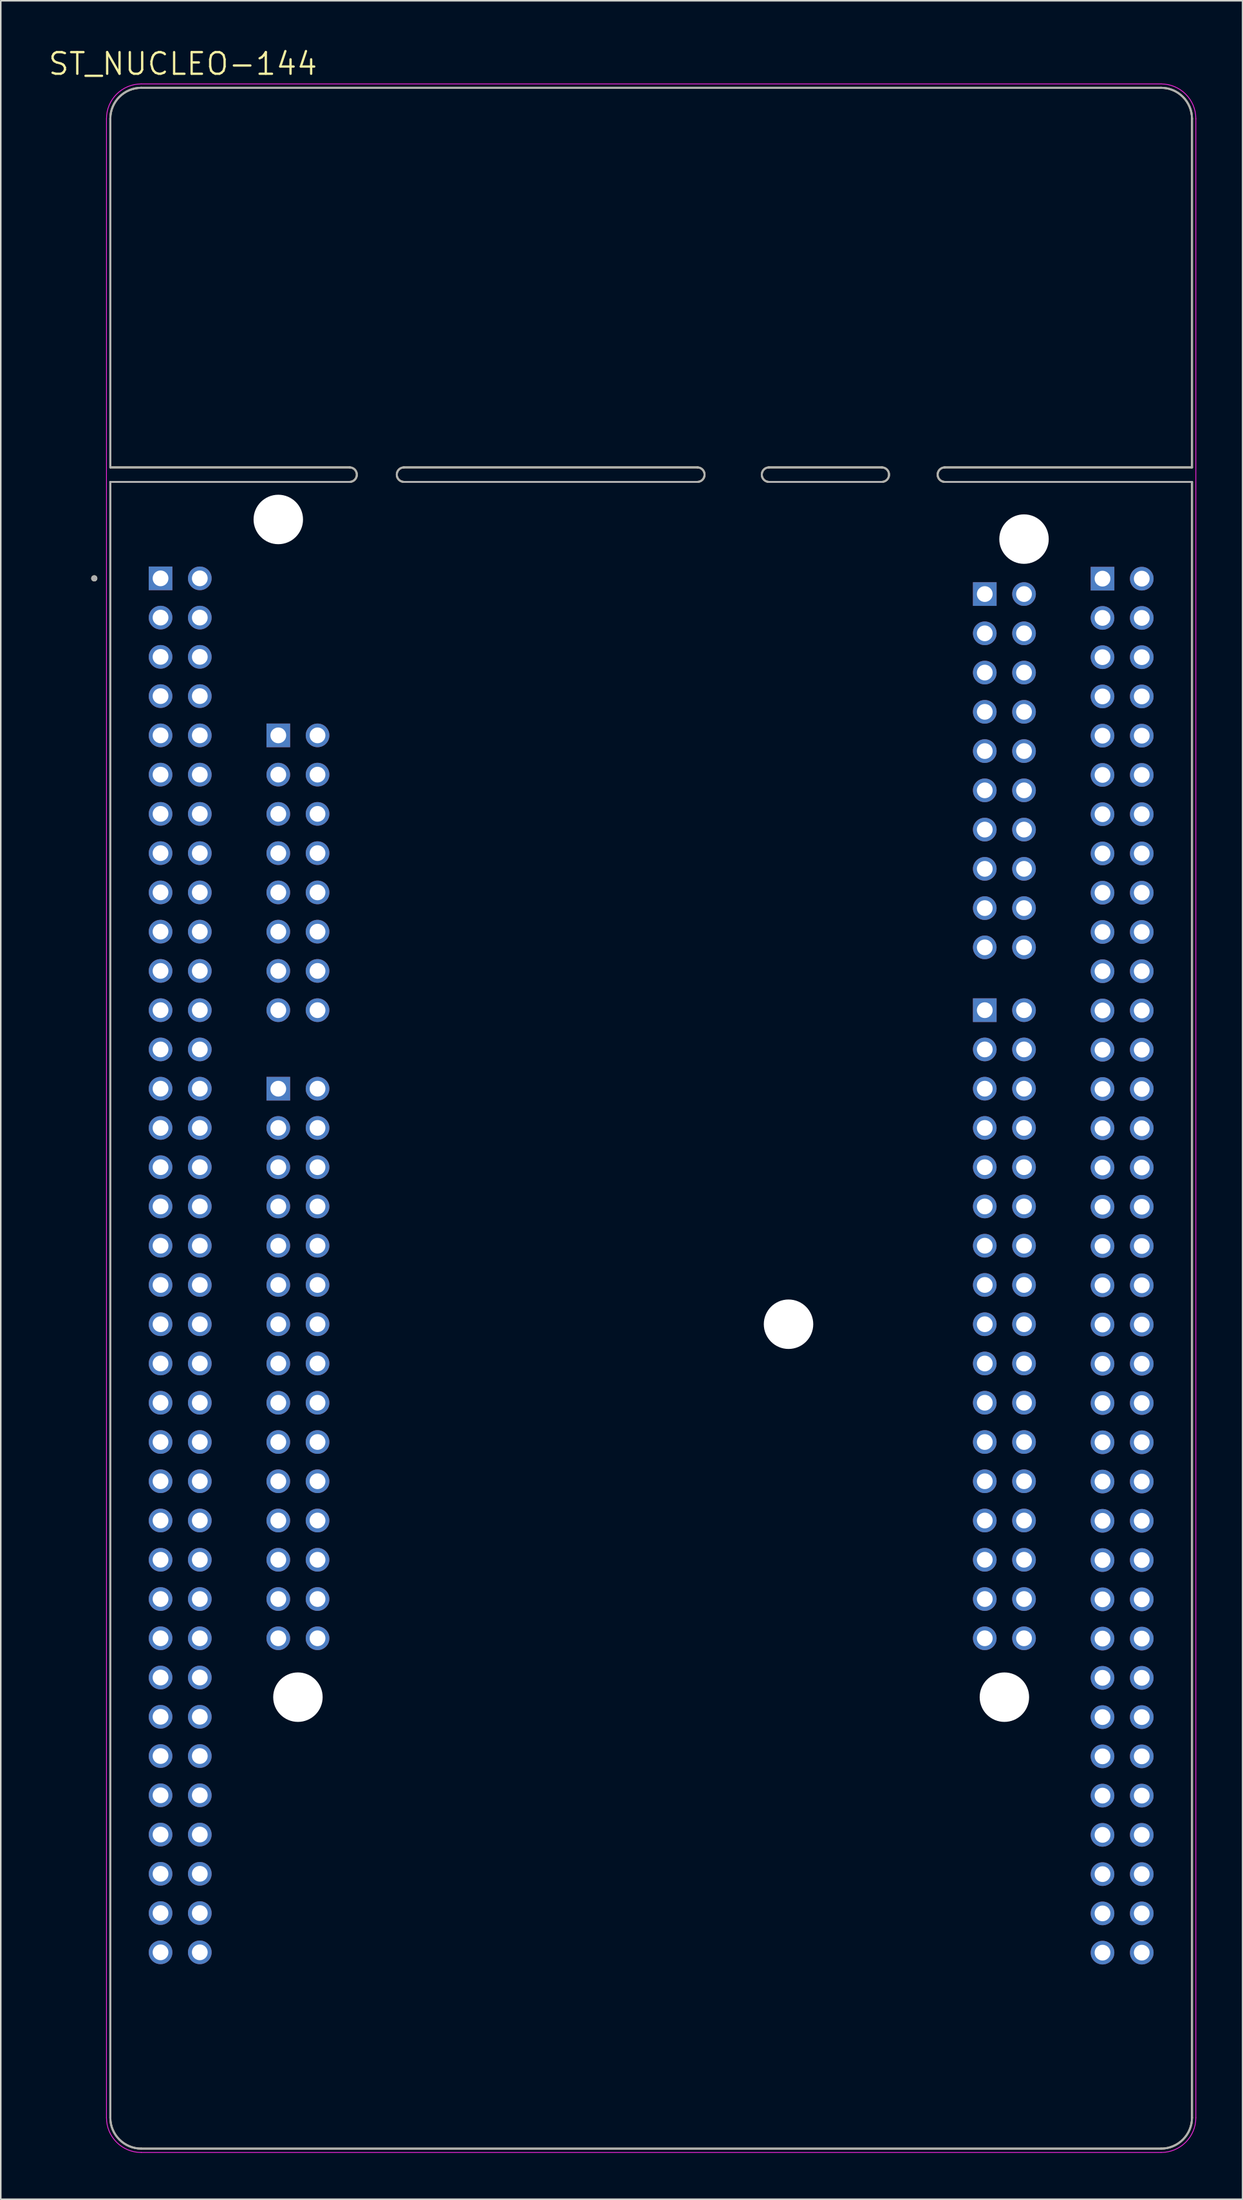
<source format=kicad_pcb>
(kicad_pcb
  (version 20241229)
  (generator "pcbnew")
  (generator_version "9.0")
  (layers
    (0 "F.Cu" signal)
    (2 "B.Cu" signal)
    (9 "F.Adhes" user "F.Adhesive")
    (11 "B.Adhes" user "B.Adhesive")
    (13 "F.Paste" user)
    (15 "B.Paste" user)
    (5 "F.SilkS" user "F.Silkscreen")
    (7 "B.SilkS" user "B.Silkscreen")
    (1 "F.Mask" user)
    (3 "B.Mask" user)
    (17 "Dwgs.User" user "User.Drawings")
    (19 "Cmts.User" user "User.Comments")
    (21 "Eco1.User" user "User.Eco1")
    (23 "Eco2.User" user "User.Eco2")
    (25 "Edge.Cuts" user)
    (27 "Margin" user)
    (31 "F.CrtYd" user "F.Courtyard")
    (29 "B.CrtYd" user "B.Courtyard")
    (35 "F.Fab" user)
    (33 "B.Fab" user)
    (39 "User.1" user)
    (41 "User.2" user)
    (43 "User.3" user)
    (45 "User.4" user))
  (footprint "ST_NUCLEO-144"
    (layer "F.Cu")
    (at 39.09 69.301)
    (property "Reference" "ST_NUCLEO-144" (at -30.305 -68.219 0) (layer "F.SilkS") (effects (font (size 1.4 1.4) (thickness 0.15))))
    (attr through_hole)
    (fp_line (start -35 -64.67) (end -35 -42.11) (stroke (width 0.127) (type solid)) (layer "F.SilkS"))
    (fp_line (start -35 -42.11) (end -19.507 -42.11) (stroke (width 0.127) (type solid)) (layer "F.SilkS"))
    (fp_line (start -35 -41.17) (end -35 64.67) (stroke (width 0.127) (type solid)) (layer "F.SilkS"))
    (fp_line (start -35 -41.17) (end -19.507 -41.17) (stroke (width 0.127) (type solid)) (layer "F.SilkS"))
    (fp_line (start -33 66.67) (end 33 66.67) (stroke (width 0.127) (type solid)) (layer "F.SilkS"))
    (fp_line (start -16.002 -42.11) (end 2.997 -42.11) (stroke (width 0.127) (type solid)) (layer "F.SilkS"))
    (fp_line (start -16.002 -41.17) (end 2.997 -41.17) (stroke (width 0.127) (type solid)) (layer "F.SilkS"))
    (fp_line (start 7.62 -42.11) (end 14.935 -42.11) (stroke (width 0.127) (type solid)) (layer "F.SilkS"))
    (fp_line (start 7.62 -41.17) (end 14.935 -41.17) (stroke (width 0.127) (type solid)) (layer "F.SilkS"))
    (fp_line (start 18.999 -42.11) (end 35 -42.11) (stroke (width 0.127) (type solid)) (layer "F.SilkS"))
    (fp_line (start 18.999 -41.17) (end 35 -41.17) (stroke (width 0.127) (type solid)) (layer "F.SilkS"))
    (fp_line (start 33 -66.67) (end -33 -66.67) (stroke (width 0.127) (type solid)) (layer "F.SilkS"))
    (fp_line (start 35 -42.11) (end 35 -64.67) (stroke (width 0.127) (type solid)) (layer "F.SilkS"))
    (fp_line (start 35 64.67) (end 35 -41.17) (stroke (width 0.127) (type solid)) (layer "F.SilkS"))
    (fp_arc (start -35 -64.67) (mid -34.414214 -66.084214) (end -33 -66.67) (stroke (width 0.127) (type solid)) (layer "F.SilkS"))
    (fp_arc (start -33 66.67) (mid -34.414214 66.084214) (end -35 64.67) (stroke (width 0.127) (type solid)) (layer "F.SilkS"))
    (fp_arc (start -19.507199 -42.11) (mid -19.044602 -41.64) (end -19.5072 -41.17) (stroke (width 0.127) (type solid)) (layer "F.SilkS"))
    (fp_arc (start -16.002001 -41.17) (mid -16.464598 -41.64) (end -16.002 -42.11) (stroke (width 0.127) (type solid)) (layer "F.SilkS"))
    (fp_arc (start 2.997201 -42.11) (mid 3.459798 -41.64) (end 2.9972 -41.17) (stroke (width 0.127) (type solid)) (layer "F.SilkS"))
    (fp_arc (start 7.619999 -41.17) (mid 7.157402 -41.64) (end 7.62 -42.11) (stroke (width 0.127) (type solid)) (layer "F.SilkS"))
    (fp_arc (start 14.935201 -42.11) (mid 15.397798 -41.64) (end 14.9352 -41.17) (stroke (width 0.127) (type solid)) (layer "F.SilkS"))
    (fp_arc (start 18.999199 -41.17) (mid 18.536602 -41.64) (end 18.9992 -42.11) (stroke (width 0.127) (type solid)) (layer "F.SilkS"))
    (fp_arc (start 33 -66.67) (mid 34.414214 -66.084214) (end 35 -64.67) (stroke (width 0.127) (type solid)) (layer "F.SilkS"))
    (fp_arc (start 35 64.67) (mid 34.414214 66.084214) (end 33 66.67) (stroke (width 0.127) (type solid)) (layer "F.SilkS"))
    (fp_circle (center -36.04 -34.93) (end -35.94 -34.93) (stroke (width 0.2) (type solid)) (fill no) (layer "F.SilkS"))
    (fp_line (start -35.25 -64.67) (end -35.25 64.67) (stroke (width 0.05) (type solid)) (layer "F.CrtYd"))
    (fp_line (start -33 66.92) (end 33 66.92) (stroke (width 0.05) (type solid)) (layer "F.CrtYd"))
    (fp_line (start 33 -66.92) (end -33 -66.92) (stroke (width 0.05) (type solid)) (layer "F.CrtYd"))
    (fp_line (start 35.25 64.67) (end 35.25 -64.67) (stroke (width 0.05) (type solid)) (layer "F.CrtYd"))
    (fp_arc (start -35.25 -64.67) (mid -34.59099 -66.26099) (end -33 -66.92) (stroke (width 0.05) (type solid)) (layer "F.CrtYd"))
    (fp_arc (start -33 66.92) (mid -34.59099 66.26099) (end -35.25 64.67) (stroke (width 0.05) (type solid)) (layer "F.CrtYd"))
    (fp_arc (start 33 -66.92) (mid 34.59099 -66.26099) (end 35.25 -64.67) (stroke (width 0.05) (type solid)) (layer "F.CrtYd"))
    (fp_arc (start 35.25 64.67) (mid 34.59099 66.26099) (end 33 66.92) (stroke (width 0.05) (type solid)) (layer "F.CrtYd"))
    (fp_line (start -35 -64.67) (end -35 -42.11) (stroke (width 0.127) (type solid)) (layer "F.Fab"))
    (fp_line (start -35 -42.11) (end -19.507 -42.11) (stroke (width 0.127) (type solid)) (layer "F.Fab"))
    (fp_line (start -35 -41.17) (end -35 64.67) (stroke (width 0.127) (type solid)) (layer "F.Fab"))
    (fp_line (start -35 -41.17) (end -19.507 -41.17) (stroke (width 0.127) (type solid)) (layer "F.Fab"))
    (fp_line (start -33 66.67) (end 33 66.67) (stroke (width 0.127) (type solid)) (layer "F.Fab"))
    (fp_line (start -16.002 -42.11) (end 2.997 -42.11) (stroke (width 0.127) (type solid)) (layer "F.Fab"))
    (fp_line (start -16.002 -41.17) (end 2.997 -41.17) (stroke (width 0.127) (type solid)) (layer "F.Fab"))
    (fp_line (start 7.62 -42.11) (end 14.935 -42.11) (stroke (width 0.127) (type solid)) (layer "F.Fab"))
    (fp_line (start 7.62 -41.17) (end 14.935 -41.17) (stroke (width 0.127) (type solid)) (layer "F.Fab"))
    (fp_line (start 18.999 -42.11) (end 35 -42.11) (stroke (width 0.127) (type solid)) (layer "F.Fab"))
    (fp_line (start 18.999 -41.17) (end 35 -41.17) (stroke (width 0.127) (type solid)) (layer "F.Fab"))
    (fp_line (start 33 -66.67) (end -33 -66.67) (stroke (width 0.127) (type solid)) (layer "F.Fab"))
    (fp_line (start 35 -42.11) (end 35 -64.67) (stroke (width 0.127) (type solid)) (layer "F.Fab"))
    (fp_line (start 35 64.67) (end 35 -41.17) (stroke (width 0.127) (type solid)) (layer "F.Fab"))
    (fp_arc (start -35 -64.67) (mid -34.414214 -66.084214) (end -33 -66.67) (stroke (width 0.127) (type solid)) (layer "F.Fab"))
    (fp_arc (start -33 66.67) (mid -34.414214 66.084214) (end -35 64.67) (stroke (width 0.127) (type solid)) (layer "F.Fab"))
    (fp_arc (start -19.507199 -42.11) (mid -19.044602 -41.64) (end -19.5072 -41.17) (stroke (width 0.127) (type solid)) (layer "F.Fab"))
    (fp_arc (start -16.002001 -41.17) (mid -16.464598 -41.64) (end -16.002 -42.11) (stroke (width 0.127) (type solid)) (layer "F.Fab"))
    (fp_arc (start 2.997201 -42.11) (mid 3.459798 -41.64) (end 2.9972 -41.17) (stroke (width 0.127) (type solid)) (layer "F.Fab"))
    (fp_arc (start 7.619999 -41.17) (mid 7.157402 -41.64) (end 7.62 -42.11) (stroke (width 0.127) (type solid)) (layer "F.Fab"))
    (fp_arc (start 14.935201 -42.11) (mid 15.397798 -41.64) (end 14.9352 -41.17) (stroke (width 0.127) (type solid)) (layer "F.Fab"))
    (fp_arc (start 18.999199 -41.17) (mid 18.536602 -41.64) (end 18.9992 -42.11) (stroke (width 0.127) (type solid)) (layer "F.Fab"))
    (fp_arc (start 33 -66.67) (mid 34.414214 -66.084214) (end 35 -64.67) (stroke (width 0.127) (type solid)) (layer "F.Fab"))
    (fp_arc (start 35 64.67) (mid 34.414214 66.084214) (end 33 66.67) (stroke (width 0.127) (type solid)) (layer "F.Fab"))
    (fp_circle (center -36.04 -34.93) (end -35.94 -34.93) (stroke (width 0.2) (type solid)) (fill no) (layer "F.Fab"))
    (pad "" np_thru_hole circle (at -24.13 -38.74) (size 3.2 3.2) (drill 3.2) (layers "*.Cu" "*.Mask"))
    (pad "" np_thru_hole circle (at -22.86 37.46) (size 3.2 3.2) (drill 3.2) (layers "*.Cu" "*.Mask"))
    (pad "" np_thru_hole circle (at 8.89 13.33) (size 3.2 3.2) (drill 3.2) (layers "*.Cu" "*.Mask"))
    (pad "" np_thru_hole circle (at 22.86 37.46) (size 3.2 3.2) (drill 3.2) (layers "*.Cu" "*.Mask"))
    (pad "" np_thru_hole circle (at 24.13 -37.47) (size 3.2 3.2) (drill 3.2) (layers "*.Cu" "*.Mask"))
    (pad "CN7_1" thru_hole rect (at 21.59 -33.914) (size 1.53 1.53) (drill 1.02) (layers "*.Cu" "*.Mask"))
    (pad "CN7_2" thru_hole circle (at 24.13 -33.914) (size 1.53 1.53) (drill 1.02) (layers "*.Cu" "*.Mask"))
    (pad "CN7_3" thru_hole circle (at 21.59 -31.374) (size 1.53 1.53) (drill 1.02) (layers "*.Cu" "*.Mask"))
    (pad "CN7_4" thru_hole circle (at 24.13 -31.374) (size 1.53 1.53) (drill 1.02) (layers "*.Cu" "*.Mask"))
    (pad "CN7_5" thru_hole circle (at 21.59 -28.834) (size 1.53 1.53) (drill 1.02) (layers "*.Cu" "*.Mask"))
    (pad "CN7_6" thru_hole circle (at 24.13 -28.834) (size 1.53 1.53) (drill 1.02) (layers "*.Cu" "*.Mask"))
    (pad "CN7_7" thru_hole circle (at 21.59 -26.294) (size 1.53 1.53) (drill 1.02) (layers "*.Cu" "*.Mask"))
    (pad "CN7_8" thru_hole circle (at 24.13 -26.294) (size 1.53 1.53) (drill 1.02) (layers "*.Cu" "*.Mask"))
    (pad "CN7_9" thru_hole circle (at 21.59 -23.754) (size 1.53 1.53) (drill 1.02) (layers "*.Cu" "*.Mask"))
    (pad "CN7_10" thru_hole circle (at 24.13 -23.754) (size 1.53 1.53) (drill 1.02) (layers "*.Cu" "*.Mask"))
    (pad "CN7_11" thru_hole circle (at 21.59 -21.214) (size 1.53 1.53) (drill 1.02) (layers "*.Cu" "*.Mask"))
    (pad "CN7_12" thru_hole circle (at 24.13 -21.214) (size 1.53 1.53) (drill 1.02) (layers "*.Cu" "*.Mask"))
    (pad "CN7_13" thru_hole circle (at 21.59 -18.674) (size 1.53 1.53) (drill 1.02) (layers "*.Cu" "*.Mask"))
    (pad "CN7_14" thru_hole circle (at 24.13 -18.674) (size 1.53 1.53) (drill 1.02) (layers "*.Cu" "*.Mask"))
    (pad "CN7_15" thru_hole circle (at 21.59 -16.134) (size 1.53 1.53) (drill 1.02) (layers "*.Cu" "*.Mask"))
    (pad "CN7_16" thru_hole circle (at 24.13 -16.134) (size 1.53 1.53) (drill 1.02) (layers "*.Cu" "*.Mask"))
    (pad "CN7_17" thru_hole circle (at 21.59 -13.594) (size 1.53 1.53) (drill 1.02) (layers "*.Cu" "*.Mask"))
    (pad "CN7_18" thru_hole circle (at 24.13 -13.594) (size 1.53 1.53) (drill 1.02) (layers "*.Cu" "*.Mask"))
    (pad "CN7_19" thru_hole circle (at 21.59 -11.054) (size 1.53 1.53) (drill 1.02) (layers "*.Cu" "*.Mask"))
    (pad "CN7_20" thru_hole circle (at 24.13 -11.054) (size 1.53 1.53) (drill 1.02) (layers "*.Cu" "*.Mask"))
    (pad "CN8_1" thru_hole rect (at -24.13 -24.77) (size 1.53 1.53) (drill 1.02) (layers "*.Cu" "*.Mask"))
    (pad "CN8_2" thru_hole circle (at -21.59 -24.77) (size 1.53 1.53) (drill 1.02) (layers "*.Cu" "*.Mask"))
    (pad "CN8_3" thru_hole circle (at -24.13 -22.23) (size 1.53 1.53) (drill 1.02) (layers "*.Cu" "*.Mask"))
    (pad "CN8_4" thru_hole circle (at -21.59 -22.23) (size 1.53 1.53) (drill 1.02) (layers "*.Cu" "*.Mask"))
    (pad "CN8_5" thru_hole circle (at -24.13 -19.69) (size 1.53 1.53) (drill 1.02) (layers "*.Cu" "*.Mask"))
    (pad "CN8_6" thru_hole circle (at -21.59 -19.69) (size 1.53 1.53) (drill 1.02) (layers "*.Cu" "*.Mask"))
    (pad "CN8_7" thru_hole circle (at -24.13 -17.15) (size 1.53 1.53) (drill 1.02) (layers "*.Cu" "*.Mask"))
    (pad "CN8_8" thru_hole circle (at -21.59 -17.15) (size 1.53 1.53) (drill 1.02) (layers "*.Cu" "*.Mask"))
    (pad "CN8_9" thru_hole circle (at -24.13 -14.61) (size 1.53 1.53) (drill 1.02) (layers "*.Cu" "*.Mask"))
    (pad "CN8_10" thru_hole circle (at -21.59 -14.61) (size 1.53 1.53) (drill 1.02) (layers "*.Cu" "*.Mask"))
    (pad "CN8_11" thru_hole circle (at -24.13 -12.07) (size 1.53 1.53) (drill 1.02) (layers "*.Cu" "*.Mask"))
    (pad "CN8_12" thru_hole circle (at -21.59 -12.07) (size 1.53 1.53) (drill 1.02) (layers "*.Cu" "*.Mask"))
    (pad "CN8_13" thru_hole circle (at -24.13 -9.53) (size 1.53 1.53) (drill 1.02) (layers "*.Cu" "*.Mask"))
    (pad "CN8_14" thru_hole circle (at -21.59 -9.53) (size 1.53 1.53) (drill 1.02) (layers "*.Cu" "*.Mask"))
    (pad "CN8_15" thru_hole circle (at -24.13 -6.99) (size 1.53 1.53) (drill 1.02) (layers "*.Cu" "*.Mask"))
    (pad "CN8_16" thru_hole circle (at -21.59 -6.99) (size 1.53 1.53) (drill 1.02) (layers "*.Cu" "*.Mask"))
    (pad "CN9_1" thru_hole rect (at -24.13 -1.91) (size 1.53 1.53) (drill 1.02) (layers "*.Cu" "*.Mask"))
    (pad "CN9_2" thru_hole circle (at -21.59 -1.91) (size 1.53 1.53) (drill 1.02) (layers "*.Cu" "*.Mask"))
    (pad "CN9_3" thru_hole circle (at -24.13 0.63) (size 1.53 1.53) (drill 1.02) (layers "*.Cu" "*.Mask"))
    (pad "CN9_4" thru_hole circle (at -21.59 0.63) (size 1.53 1.53) (drill 1.02) (layers "*.Cu" "*.Mask"))
    (pad "CN9_5" thru_hole circle (at -24.13 3.17) (size 1.53 1.53) (drill 1.02) (layers "*.Cu" "*.Mask"))
    (pad "CN9_6" thru_hole circle (at -21.59 3.17) (size 1.53 1.53) (drill 1.02) (layers "*.Cu" "*.Mask"))
    (pad "CN9_7" thru_hole circle (at -24.13 5.71) (size 1.53 1.53) (drill 1.02) (layers "*.Cu" "*.Mask"))
    (pad "CN9_8" thru_hole circle (at -21.59 5.71) (size 1.53 1.53) (drill 1.02) (layers "*.Cu" "*.Mask"))
    (pad "CN9_9" thru_hole circle (at -24.13 8.25) (size 1.53 1.53) (drill 1.02) (layers "*.Cu" "*.Mask"))
    (pad "CN9_10" thru_hole circle (at -21.59 8.25) (size 1.53 1.53) (drill 1.02) (layers "*.Cu" "*.Mask"))
    (pad "CN9_11" thru_hole circle (at -24.13 10.79) (size 1.53 1.53) (drill 1.02) (layers "*.Cu" "*.Mask"))
    (pad "CN9_12" thru_hole circle (at -21.59 10.79) (size 1.53 1.53) (drill 1.02) (layers "*.Cu" "*.Mask"))
    (pad "CN9_13" thru_hole circle (at -24.13 13.33) (size 1.53 1.53) (drill 1.02) (layers "*.Cu" "*.Mask"))
    (pad "CN9_14" thru_hole circle (at -21.59 13.33) (size 1.53 1.53) (drill 1.02) (layers "*.Cu" "*.Mask"))
    (pad "CN9_15" thru_hole circle (at -24.13 15.87) (size 1.53 1.53) (drill 1.02) (layers "*.Cu" "*.Mask"))
    (pad "CN9_16" thru_hole circle (at -21.59 15.87) (size 1.53 1.53) (drill 1.02) (layers "*.Cu" "*.Mask"))
    (pad "CN9_17" thru_hole circle (at -24.13 18.41) (size 1.53 1.53) (drill 1.02) (layers "*.Cu" "*.Mask"))
    (pad "CN9_18" thru_hole circle (at -21.59 18.41) (size 1.53 1.53) (drill 1.02) (layers "*.Cu" "*.Mask"))
    (pad "CN9_19" thru_hole circle (at -24.13 20.95) (size 1.53 1.53) (drill 1.02) (layers "*.Cu" "*.Mask"))
    (pad "CN9_20" thru_hole circle (at -21.59 20.95) (size 1.53 1.53) (drill 1.02) (layers "*.Cu" "*.Mask"))
    (pad "CN9_21" thru_hole circle (at -24.13 23.49) (size 1.53 1.53) (drill 1.02) (layers "*.Cu" "*.Mask"))
    (pad "CN9_22" thru_hole circle (at -21.59 23.49) (size 1.53 1.53) (drill 1.02) (layers "*.Cu" "*.Mask"))
    (pad "CN9_23" thru_hole circle (at -24.13 26.03) (size 1.53 1.53) (drill 1.02) (layers "*.Cu" "*.Mask"))
    (pad "CN9_24" thru_hole circle (at -21.59 26.03) (size 1.53 1.53) (drill 1.02) (layers "*.Cu" "*.Mask"))
    (pad "CN9_25" thru_hole circle (at -24.13 28.57) (size 1.53 1.53) (drill 1.02) (layers "*.Cu" "*.Mask"))
    (pad "CN9_26" thru_hole circle (at -21.59 28.57) (size 1.53 1.53) (drill 1.02) (layers "*.Cu" "*.Mask"))
    (pad "CN9_27" thru_hole circle (at -24.13 31.11) (size 1.53 1.53) (drill 1.02) (layers "*.Cu" "*.Mask"))
    (pad "CN9_28" thru_hole circle (at -21.59 31.11) (size 1.53 1.53) (drill 1.02) (layers "*.Cu" "*.Mask"))
    (pad "CN9_29" thru_hole circle (at -24.13 33.65) (size 1.53 1.53) (drill 1.02) (layers "*.Cu" "*.Mask"))
    (pad "CN9_30" thru_hole circle (at -21.59 33.65) (size 1.53 1.53) (drill 1.02) (layers "*.Cu" "*.Mask"))
    (pad "CN10_1" thru_hole rect (at 21.59 -6.99) (size 1.53 1.53) (drill 1.02) (layers "*.Cu" "*.Mask"))
    (pad "CN10_2" thru_hole circle (at 24.13 -6.99) (size 1.53 1.53) (drill 1.02) (layers "*.Cu" "*.Mask"))
    (pad "CN10_3" thru_hole circle (at 21.59 -4.45) (size 1.53 1.53) (drill 1.02) (layers "*.Cu" "*.Mask"))
    (pad "CN10_4" thru_hole circle (at 24.13 -4.45) (size 1.53 1.53) (drill 1.02) (layers "*.Cu" "*.Mask"))
    (pad "CN10_5" thru_hole circle (at 21.59 -1.91) (size 1.53 1.53) (drill 1.02) (layers "*.Cu" "*.Mask"))
    (pad "CN10_6" thru_hole circle (at 24.13 -1.91) (size 1.53 1.53) (drill 1.02) (layers "*.Cu" "*.Mask"))
    (pad "CN10_7" thru_hole circle (at 21.59 0.63) (size 1.53 1.53) (drill 1.02) (layers "*.Cu" "*.Mask"))
    (pad "CN10_8" thru_hole circle (at 24.13 0.63) (size 1.53 1.53) (drill 1.02) (layers "*.Cu" "*.Mask"))
    (pad "CN10_9" thru_hole circle (at 21.59 3.17) (size 1.53 1.53) (drill 1.02) (layers "*.Cu" "*.Mask"))
    (pad "CN10_10" thru_hole circle (at 24.13 3.17) (size 1.53 1.53) (drill 1.02) (layers "*.Cu" "*.Mask"))
    (pad "CN10_11" thru_hole circle (at 21.59 5.71) (size 1.53 1.53) (drill 1.02) (layers "*.Cu" "*.Mask"))
    (pad "CN10_12" thru_hole circle (at 24.13 5.71) (size 1.53 1.53) (drill 1.02) (layers "*.Cu" "*.Mask"))
    (pad "CN10_13" thru_hole circle (at 21.59 8.25) (size 1.53 1.53) (drill 1.02) (layers "*.Cu" "*.Mask"))
    (pad "CN10_14" thru_hole circle (at 24.13 8.25) (size 1.53 1.53) (drill 1.02) (layers "*.Cu" "*.Mask"))
    (pad "CN10_15" thru_hole circle (at 21.59 10.79) (size 1.53 1.53) (drill 1.02) (layers "*.Cu" "*.Mask"))
    (pad "CN10_16" thru_hole circle (at 24.13 10.79) (size 1.53 1.53) (drill 1.02) (layers "*.Cu" "*.Mask"))
    (pad "CN10_17" thru_hole circle (at 21.59 13.33) (size 1.53 1.53) (drill 1.02) (layers "*.Cu" "*.Mask"))
    (pad "CN10_18" thru_hole circle (at 24.13 13.33) (size 1.53 1.53) (drill 1.02) (layers "*.Cu" "*.Mask"))
    (pad "CN10_19" thru_hole circle (at 21.59 15.87) (size 1.53 1.53) (drill 1.02) (layers "*.Cu" "*.Mask"))
    (pad "CN10_20" thru_hole circle (at 24.13 15.87) (size 1.53 1.53) (drill 1.02) (layers "*.Cu" "*.Mask"))
    (pad "CN10_21" thru_hole circle (at 21.59 18.41) (size 1.53 1.53) (drill 1.02) (layers "*.Cu" "*.Mask"))
    (pad "CN10_22" thru_hole circle (at 24.13 18.41) (size 1.53 1.53) (drill 1.02) (layers "*.Cu" "*.Mask"))
    (pad "CN10_23" thru_hole circle (at 21.59 20.95) (size 1.53 1.53) (drill 1.02) (layers "*.Cu" "*.Mask"))
    (pad "CN10_24" thru_hole circle (at 24.13 20.95) (size 1.53 1.53) (drill 1.02) (layers "*.Cu" "*.Mask"))
    (pad "CN10_25" thru_hole circle (at 21.59 23.49) (size 1.53 1.53) (drill 1.02) (layers "*.Cu" "*.Mask"))
    (pad "CN10_26" thru_hole circle (at 24.13 23.49) (size 1.53 1.53) (drill 1.02) (layers "*.Cu" "*.Mask"))
    (pad "CN10_27" thru_hole circle (at 21.59 26.03) (size 1.53 1.53) (drill 1.02) (layers "*.Cu" "*.Mask"))
    (pad "CN10_28" thru_hole circle (at 24.13 26.03) (size 1.53 1.53) (drill 1.02) (layers "*.Cu" "*.Mask"))
    (pad "CN10_29" thru_hole circle (at 21.59 28.57) (size 1.53 1.53) (drill 1.02) (layers "*.Cu" "*.Mask"))
    (pad "CN10_30" thru_hole circle (at 24.13 28.57) (size 1.53 1.53) (drill 1.02) (layers "*.Cu" "*.Mask"))
    (pad "CN10_31" thru_hole circle (at 21.59 31.11) (size 1.53 1.53) (drill 1.02) (layers "*.Cu" "*.Mask"))
    (pad "CN10_32" thru_hole circle (at 24.13 31.11) (size 1.53 1.53) (drill 1.02) (layers "*.Cu" "*.Mask"))
    (pad "CN10_33" thru_hole circle (at 21.59 33.65) (size 1.53 1.53) (drill 1.02) (layers "*.Cu" "*.Mask"))
    (pad "CN10_34" thru_hole circle (at 24.13 33.65) (size 1.53 1.53) (drill 1.02) (layers "*.Cu" "*.Mask"))
    (pad "CN11_1" thru_hole rect (at -31.75 -34.93) (size 1.53 1.53) (drill 1.02) (layers "*.Cu" "*.Mask"))
    (pad "CN11_2" thru_hole circle (at -29.21 -34.93) (size 1.53 1.53) (drill 1.02) (layers "*.Cu" "*.Mask"))
    (pad "CN11_3" thru_hole circle (at -31.75 -32.39) (size 1.53 1.53) (drill 1.02) (layers "*.Cu" "*.Mask"))
    (pad "CN11_4" thru_hole circle (at -29.21 -32.39) (size 1.53 1.53) (drill 1.02) (layers "*.Cu" "*.Mask"))
    (pad "CN11_5" thru_hole circle (at -31.75 -29.85) (size 1.53 1.53) (drill 1.02) (layers "*.Cu" "*.Mask"))
    (pad "CN11_6" thru_hole circle (at -29.21 -29.85) (size 1.53 1.53) (drill 1.02) (layers "*.Cu" "*.Mask"))
    (pad "CN11_7" thru_hole circle (at -31.75 -27.31) (size 1.53 1.53) (drill 1.02) (layers "*.Cu" "*.Mask"))
    (pad "CN11_8" thru_hole circle (at -29.21 -27.31) (size 1.53 1.53) (drill 1.02) (layers "*.Cu" "*.Mask"))
    (pad "CN11_9" thru_hole circle (at -31.75 -24.77) (size 1.53 1.53) (drill 1.02) (layers "*.Cu" "*.Mask"))
    (pad "CN11_10" thru_hole circle (at -29.21 -24.77) (size 1.53 1.53) (drill 1.02) (layers "*.Cu" "*.Mask"))
    (pad "CN11_11" thru_hole circle (at -31.75 -22.23) (size 1.53 1.53) (drill 1.02) (layers "*.Cu" "*.Mask"))
    (pad "CN11_12" thru_hole circle (at -29.21 -22.23) (size 1.53 1.53) (drill 1.02) (layers "*.Cu" "*.Mask"))
    (pad "CN11_13" thru_hole circle (at -31.75 -19.69) (size 1.53 1.53) (drill 1.02) (layers "*.Cu" "*.Mask"))
    (pad "CN11_14" thru_hole circle (at -29.21 -19.69) (size 1.53 1.53) (drill 1.02) (layers "*.Cu" "*.Mask"))
    (pad "CN11_15" thru_hole circle (at -31.75 -17.15) (size 1.53 1.53) (drill 1.02) (layers "*.Cu" "*.Mask"))
    (pad "CN11_16" thru_hole circle (at -29.21 -17.15) (size 1.53 1.53) (drill 1.02) (layers "*.Cu" "*.Mask"))
    (pad "CN11_17" thru_hole circle (at -31.75 -14.61) (size 1.53 1.53) (drill 1.02) (layers "*.Cu" "*.Mask"))
    (pad "CN11_18" thru_hole circle (at -29.21 -14.61) (size 1.53 1.53) (drill 1.02) (layers "*.Cu" "*.Mask"))
    (pad "CN11_19" thru_hole circle (at -31.75 -12.07) (size 1.53 1.53) (drill 1.02) (layers "*.Cu" "*.Mask"))
    (pad "CN11_20" thru_hole circle (at -29.21 -12.07) (size 1.53 1.53) (drill 1.02) (layers "*.Cu" "*.Mask"))
    (pad "CN11_21" thru_hole circle (at -31.75 -9.53) (size 1.53 1.53) (drill 1.02) (layers "*.Cu" "*.Mask"))
    (pad "CN11_22" thru_hole circle (at -29.21 -9.53) (size 1.53 1.53) (drill 1.02) (layers "*.Cu" "*.Mask"))
    (pad "CN11_23" thru_hole circle (at -31.75 -6.99) (size 1.53 1.53) (drill 1.02) (layers "*.Cu" "*.Mask"))
    (pad "CN11_24" thru_hole circle (at -29.21 -6.99) (size 1.53 1.53) (drill 1.02) (layers "*.Cu" "*.Mask"))
    (pad "CN11_25" thru_hole circle (at -31.75 -4.45) (size 1.53 1.53) (drill 1.02) (layers "*.Cu" "*.Mask"))
    (pad "CN11_26" thru_hole circle (at -29.21 -4.45) (size 1.53 1.53) (drill 1.02) (layers "*.Cu" "*.Mask"))
    (pad "CN11_27" thru_hole circle (at -31.75 -1.91) (size 1.53 1.53) (drill 1.02) (layers "*.Cu" "*.Mask"))
    (pad "CN11_28" thru_hole circle (at -29.21 -1.91) (size 1.53 1.53) (drill 1.02) (layers "*.Cu" "*.Mask"))
    (pad "CN11_29" thru_hole circle (at -31.75 0.63) (size 1.53 1.53) (drill 1.02) (layers "*.Cu" "*.Mask"))
    (pad "CN11_30" thru_hole circle (at -29.21 0.63) (size 1.53 1.53) (drill 1.02) (layers "*.Cu" "*.Mask"))
    (pad "CN11_31" thru_hole circle (at -31.75 3.17) (size 1.53 1.53) (drill 1.02) (layers "*.Cu" "*.Mask"))
    (pad "CN11_32" thru_hole circle (at -29.21 3.17) (size 1.53 1.53) (drill 1.02) (layers "*.Cu" "*.Mask"))
    (pad "CN11_33" thru_hole circle (at -31.75 5.71) (size 1.53 1.53) (drill 1.02) (layers "*.Cu" "*.Mask"))
    (pad "CN11_34" thru_hole circle (at -29.21 5.71) (size 1.53 1.53) (drill 1.02) (layers "*.Cu" "*.Mask"))
    (pad "CN11_35" thru_hole circle (at -31.75 8.25) (size 1.53 1.53) (drill 1.02) (layers "*.Cu" "*.Mask"))
    (pad "CN11_36" thru_hole circle (at -29.21 8.25) (size 1.53 1.53) (drill 1.02) (layers "*.Cu" "*.Mask"))
    (pad "CN11_37" thru_hole circle (at -31.75 10.79) (size 1.53 1.53) (drill 1.02) (layers "*.Cu" "*.Mask"))
    (pad "CN11_38" thru_hole circle (at -29.21 10.79) (size 1.53 1.53) (drill 1.02) (layers "*.Cu" "*.Mask"))
    (pad "CN11_39" thru_hole circle (at -31.75 13.33) (size 1.53 1.53) (drill 1.02) (layers "*.Cu" "*.Mask"))
    (pad "CN11_40" thru_hole circle (at -29.21 13.33) (size 1.53 1.53) (drill 1.02) (layers "*.Cu" "*.Mask"))
    (pad "CN11_41" thru_hole circle (at -31.75 15.87) (size 1.53 1.53) (drill 1.02) (layers "*.Cu" "*.Mask"))
    (pad "CN11_42" thru_hole circle (at -29.21 15.87) (size 1.53 1.53) (drill 1.02) (layers "*.Cu" "*.Mask"))
    (pad "CN11_43" thru_hole circle (at -31.75 18.41) (size 1.53 1.53) (drill 1.02) (layers "*.Cu" "*.Mask"))
    (pad "CN11_44" thru_hole circle (at -29.21 18.41) (size 1.53 1.53) (drill 1.02) (layers "*.Cu" "*.Mask"))
    (pad "CN11_45" thru_hole circle (at -31.75 20.95) (size 1.53 1.53) (drill 1.02) (layers "*.Cu" "*.Mask"))
    (pad "CN11_46" thru_hole circle (at -29.21 20.95) (size 1.53 1.53) (drill 1.02) (layers "*.Cu" "*.Mask"))
    (pad "CN11_47" thru_hole circle (at -31.75 23.49) (size 1.53 1.53) (drill 1.02) (layers "*.Cu" "*.Mask"))
    (pad "CN11_48" thru_hole circle (at -29.21 23.49) (size 1.53 1.53) (drill 1.02) (layers "*.Cu" "*.Mask"))
    (pad "CN11_49" thru_hole circle (at -31.75 26.03) (size 1.53 1.53) (drill 1.02) (layers "*.Cu" "*.Mask"))
    (pad "CN11_50" thru_hole circle (at -29.21 26.03) (size 1.53 1.53) (drill 1.02) (layers "*.Cu" "*.Mask"))
    (pad "CN11_51" thru_hole circle (at -31.75 28.57) (size 1.53 1.53) (drill 1.02) (layers "*.Cu" "*.Mask"))
    (pad "CN11_52" thru_hole circle (at -29.21 28.57) (size 1.53 1.53) (drill 1.02) (layers "*.Cu" "*.Mask"))
    (pad "CN11_53" thru_hole circle (at -31.75 31.11) (size 1.53 1.53) (drill 1.02) (layers "*.Cu" "*.Mask"))
    (pad "CN11_54" thru_hole circle (at -29.21 31.11) (size 1.53 1.53) (drill 1.02) (layers "*.Cu" "*.Mask"))
    (pad "CN11_55" thru_hole circle (at -31.75 33.65) (size 1.53 1.53) (drill 1.02) (layers "*.Cu" "*.Mask"))
    (pad "CN11_56" thru_hole circle (at -29.21 33.65) (size 1.53 1.53) (drill 1.02) (layers "*.Cu" "*.Mask"))
    (pad "CN11_57" thru_hole circle (at -31.75 36.19) (size 1.53 1.53) (drill 1.02) (layers "*.Cu" "*.Mask"))
    (pad "CN11_58" thru_hole circle (at -29.21 36.19) (size 1.53 1.53) (drill 1.02) (layers "*.Cu" "*.Mask"))
    (pad "CN11_59" thru_hole circle (at -31.75 38.73) (size 1.53 1.53) (drill 1.02) (layers "*.Cu" "*.Mask"))
    (pad "CN11_60" thru_hole circle (at -29.21 38.73) (size 1.53 1.53) (drill 1.02) (layers "*.Cu" "*.Mask"))
    (pad "CN11_61" thru_hole circle (at -31.75 41.27) (size 1.53 1.53) (drill 1.02) (layers "*.Cu" "*.Mask"))
    (pad "CN11_62" thru_hole circle (at -29.21 41.27) (size 1.53 1.53) (drill 1.02) (layers "*.Cu" "*.Mask"))
    (pad "CN11_63" thru_hole circle (at -31.75 43.81) (size 1.53 1.53) (drill 1.02) (layers "*.Cu" "*.Mask"))
    (pad "CN11_64" thru_hole circle (at -29.21 43.81) (size 1.53 1.53) (drill 1.02) (layers "*.Cu" "*.Mask"))
    (pad "CN11_65" thru_hole circle (at -31.75 46.35) (size 1.53 1.53) (drill 1.02) (layers "*.Cu" "*.Mask"))
    (pad "CN11_66" thru_hole circle (at -29.21 46.35) (size 1.53 1.53) (drill 1.02) (layers "*.Cu" "*.Mask"))
    (pad "CN11_67" thru_hole circle (at -31.75 48.89) (size 1.53 1.53) (drill 1.02) (layers "*.Cu" "*.Mask"))
    (pad "CN11_68" thru_hole circle (at -29.21 48.89) (size 1.53 1.53) (drill 1.02) (layers "*.Cu" "*.Mask"))
    (pad "CN11_69" thru_hole circle (at -31.75 51.43) (size 1.53 1.53) (drill 1.02) (layers "*.Cu" "*.Mask"))
    (pad "CN11_70" thru_hole circle (at -29.21 51.43) (size 1.53 1.53) (drill 1.02) (layers "*.Cu" "*.Mask"))
    (pad "CN11_71" thru_hole circle (at -31.75 53.97) (size 1.53 1.53) (drill 1.02) (layers "*.Cu" "*.Mask"))
    (pad "CN11_72" thru_hole circle (at -29.21 53.97) (size 1.53 1.53) (drill 1.02) (layers "*.Cu" "*.Mask"))
    (pad "CN12_1" thru_hole rect (at 29.21 -34.91) (size 1.53 1.53) (drill 1.02) (layers "*.Cu" "*.Mask"))
    (pad "CN12_2" thru_hole circle (at 31.75 -34.91) (size 1.53 1.53) (drill 1.02) (layers "*.Cu" "*.Mask"))
    (pad "CN12_3" thru_hole circle (at 29.21 -32.37) (size 1.53 1.53) (drill 1.02) (layers "*.Cu" "*.Mask"))
    (pad "CN12_4" thru_hole circle (at 31.75 -32.37) (size 1.53 1.53) (drill 1.02) (layers "*.Cu" "*.Mask"))
    (pad "CN12_5" thru_hole circle (at 29.21 -29.83) (size 1.53 1.53) (drill 1.02) (layers "*.Cu" "*.Mask"))
    (pad "CN12_6" thru_hole circle (at 31.75 -29.83) (size 1.53 1.53) (drill 1.02) (layers "*.Cu" "*.Mask"))
    (pad "CN12_7" thru_hole circle (at 29.21 -27.29) (size 1.53 1.53) (drill 1.02) (layers "*.Cu" "*.Mask"))
    (pad "CN12_8" thru_hole circle (at 31.75 -27.29) (size 1.53 1.53) (drill 1.02) (layers "*.Cu" "*.Mask"))
    (pad "CN12_9" thru_hole circle (at 29.21 -24.75) (size 1.53 1.53) (drill 1.02) (layers "*.Cu" "*.Mask"))
    (pad "CN12_10" thru_hole circle (at 31.75 -24.75) (size 1.53 1.53) (drill 1.02) (layers "*.Cu" "*.Mask"))
    (pad "CN12_11" thru_hole circle (at 29.21 -22.21) (size 1.53 1.53) (drill 1.02) (layers "*.Cu" "*.Mask"))
    (pad "CN12_12" thru_hole circle (at 31.75 -22.21) (size 1.53 1.53) (drill 1.02) (layers "*.Cu" "*.Mask"))
    (pad "CN12_13" thru_hole circle (at 29.21 -19.67) (size 1.53 1.53) (drill 1.02) (layers "*.Cu" "*.Mask"))
    (pad "CN12_14" thru_hole circle (at 31.75 -19.67) (size 1.53 1.53) (drill 1.02) (layers "*.Cu" "*.Mask"))
    (pad "CN12_15" thru_hole circle (at 29.21 -17.13) (size 1.53 1.53) (drill 1.02) (layers "*.Cu" "*.Mask"))
    (pad "CN12_16" thru_hole circle (at 31.75 -17.13) (size 1.53 1.53) (drill 1.02) (layers "*.Cu" "*.Mask"))
    (pad "CN12_17" thru_hole circle (at 29.21 -14.59) (size 1.53 1.53) (drill 1.02) (layers "*.Cu" "*.Mask"))
    (pad "CN12_18" thru_hole circle (at 31.75 -14.59) (size 1.53 1.53) (drill 1.02) (layers "*.Cu" "*.Mask"))
    (pad "CN12_19" thru_hole circle (at 29.21 -12.05) (size 1.53 1.53) (drill 1.02) (layers "*.Cu" "*.Mask"))
    (pad "CN12_20" thru_hole circle (at 31.75 -12.05) (size 1.53 1.53) (drill 1.02) (layers "*.Cu" "*.Mask"))
    (pad "CN12_21" thru_hole circle (at 29.21 -9.51) (size 1.53 1.53) (drill 1.02) (layers "*.Cu" "*.Mask"))
    (pad "CN12_22" thru_hole circle (at 31.75 -9.51) (size 1.53 1.53) (drill 1.02) (layers "*.Cu" "*.Mask"))
    (pad "CN12_23" thru_hole circle (at 29.21 -6.97) (size 1.53 1.53) (drill 1.02) (layers "*.Cu" "*.Mask"))
    (pad "CN12_24" thru_hole circle (at 31.75 -6.97) (size 1.53 1.53) (drill 1.02) (layers "*.Cu" "*.Mask"))
    (pad "CN12_25" thru_hole circle (at 29.21 -4.43) (size 1.53 1.53) (drill 1.02) (layers "*.Cu" "*.Mask"))
    (pad "CN12_26" thru_hole circle (at 31.75 -4.43) (size 1.53 1.53) (drill 1.02) (layers "*.Cu" "*.Mask"))
    (pad "CN12_27" thru_hole circle (at 29.21 -1.89) (size 1.53 1.53) (drill 1.02) (layers "*.Cu" "*.Mask"))
    (pad "CN12_28" thru_hole circle (at 31.75 -1.89) (size 1.53 1.53) (drill 1.02) (layers "*.Cu" "*.Mask"))
    (pad "CN12_29" thru_hole circle (at 29.21 0.65) (size 1.53 1.53) (drill 1.02) (layers "*.Cu" "*.Mask"))
    (pad "CN12_30" thru_hole circle (at 31.75 0.65) (size 1.53 1.53) (drill 1.02) (layers "*.Cu" "*.Mask"))
    (pad "CN12_31" thru_hole circle (at 29.21 3.19) (size 1.53 1.53) (drill 1.02) (layers "*.Cu" "*.Mask"))
    (pad "CN12_32" thru_hole circle (at 31.75 3.19) (size 1.53 1.53) (drill 1.02) (layers "*.Cu" "*.Mask"))
    (pad "CN12_33" thru_hole circle (at 29.21 5.73) (size 1.53 1.53) (drill 1.02) (layers "*.Cu" "*.Mask"))
    (pad "CN12_34" thru_hole circle (at 31.75 5.73) (size 1.53 1.53) (drill 1.02) (layers "*.Cu" "*.Mask"))
    (pad "CN12_35" thru_hole circle (at 29.21 8.27) (size 1.53 1.53) (drill 1.02) (layers "*.Cu" "*.Mask"))
    (pad "CN12_36" thru_hole circle (at 31.75 8.27) (size 1.53 1.53) (drill 1.02) (layers "*.Cu" "*.Mask"))
    (pad "CN12_37" thru_hole circle (at 29.21 10.81) (size 1.53 1.53) (drill 1.02) (layers "*.Cu" "*.Mask"))
    (pad "CN12_38" thru_hole circle (at 31.75 10.81) (size 1.53 1.53) (drill 1.02) (layers "*.Cu" "*.Mask"))
    (pad "CN12_39" thru_hole circle (at 29.21 13.35) (size 1.53 1.53) (drill 1.02) (layers "*.Cu" "*.Mask"))
    (pad "CN12_40" thru_hole circle (at 31.75 13.35) (size 1.53 1.53) (drill 1.02) (layers "*.Cu" "*.Mask"))
    (pad "CN12_41" thru_hole circle (at 29.21 15.89) (size 1.53 1.53) (drill 1.02) (layers "*.Cu" "*.Mask"))
    (pad "CN12_42" thru_hole circle (at 31.75 15.89) (size 1.53 1.53) (drill 1.02) (layers "*.Cu" "*.Mask"))
    (pad "CN12_43" thru_hole circle (at 29.21 18.43) (size 1.53 1.53) (drill 1.02) (layers "*.Cu" "*.Mask"))
    (pad "CN12_44" thru_hole circle (at 31.75 18.43) (size 1.53 1.53) (drill 1.02) (layers "*.Cu" "*.Mask"))
    (pad "CN12_45" thru_hole circle (at 29.21 20.97) (size 1.53 1.53) (drill 1.02) (layers "*.Cu" "*.Mask"))
    (pad "CN12_46" thru_hole circle (at 31.75 20.97) (size 1.53 1.53) (drill 1.02) (layers "*.Cu" "*.Mask"))
    (pad "CN12_47" thru_hole circle (at 29.21 23.51) (size 1.53 1.53) (drill 1.02) (layers "*.Cu" "*.Mask"))
    (pad "CN12_48" thru_hole circle (at 31.75 23.51) (size 1.53 1.53) (drill 1.02) (layers "*.Cu" "*.Mask"))
    (pad "CN12_49" thru_hole circle (at 29.21 26.05) (size 1.53 1.53) (drill 1.02) (layers "*.Cu" "*.Mask"))
    (pad "CN12_50" thru_hole circle (at 31.75 26.05) (size 1.53 1.53) (drill 1.02) (layers "*.Cu" "*.Mask"))
    (pad "CN12_51" thru_hole circle (at 29.21 28.59) (size 1.53 1.53) (drill 1.02) (layers "*.Cu" "*.Mask"))
    (pad "CN12_52" thru_hole circle (at 31.75 28.59) (size 1.53 1.53) (drill 1.02) (layers "*.Cu" "*.Mask"))
    (pad "CN12_53" thru_hole circle (at 29.21 31.13) (size 1.53 1.53) (drill 1.02) (layers "*.Cu" "*.Mask"))
    (pad "CN12_54" thru_hole circle (at 31.75 31.13) (size 1.53 1.53) (drill 1.02) (layers "*.Cu" "*.Mask"))
    (pad "CN12_55" thru_hole circle (at 29.21 33.67) (size 1.53 1.53) (drill 1.02) (layers "*.Cu" "*.Mask"))
    (pad "CN12_56" thru_hole circle (at 31.75 33.67) (size 1.53 1.53) (drill 1.02) (layers "*.Cu" "*.Mask"))
    (pad "CN12_57" thru_hole circle (at 29.21 36.21) (size 1.53 1.53) (drill 1.02) (layers "*.Cu" "*.Mask"))
    (pad "CN12_58" thru_hole circle (at 31.75 36.21) (size 1.53 1.53) (drill 1.02) (layers "*.Cu" "*.Mask"))
    (pad "CN12_59" thru_hole circle (at 29.21 38.75) (size 1.53 1.53) (drill 1.02) (layers "*.Cu" "*.Mask"))
    (pad "CN12_60" thru_hole circle (at 31.75 38.75) (size 1.53 1.53) (drill 1.02) (layers "*.Cu" "*.Mask"))
    (pad "CN12_61" thru_hole circle (at 29.21 41.29) (size 1.53 1.53) (drill 1.02) (layers "*.Cu" "*.Mask"))
    (pad "CN12_62" thru_hole circle (at 31.75 41.29) (size 1.53 1.53) (drill 1.02) (layers "*.Cu" "*.Mask"))
    (pad "CN12_63" thru_hole circle (at 29.21 43.83) (size 1.53 1.53) (drill 1.02) (layers "*.Cu" "*.Mask"))
    (pad "CN12_64" thru_hole circle (at 31.75 43.83) (size 1.53 1.53) (drill 1.02) (layers "*.Cu" "*.Mask"))
    (pad "CN12_65" thru_hole circle (at 29.21 46.37) (size 1.53 1.53) (drill 1.02) (layers "*.Cu" "*.Mask"))
    (pad "CN12_66" thru_hole circle (at 31.75 46.37) (size 1.53 1.53) (drill 1.02) (layers "*.Cu" "*.Mask"))
    (pad "CN12_67" thru_hole circle (at 29.21 48.91) (size 1.53 1.53) (drill 1.02) (layers "*.Cu" "*.Mask"))
    (pad "CN12_68" thru_hole circle (at 31.75 48.91) (size 1.53 1.53) (drill 1.02) (layers "*.Cu" "*.Mask"))
    (pad "CN12_69" thru_hole circle (at 29.21 51.45) (size 1.53 1.53) (drill 1.02) (layers "*.Cu" "*.Mask"))
    (pad "CN12_70" thru_hole circle (at 31.75 51.45) (size 1.53 1.53) (drill 1.02) (layers "*.Cu" "*.Mask"))
    (pad "CN12_71" thru_hole circle (at 29.21 53.99) (size 1.53 1.53) (drill 1.02) (layers "*.Cu" "*.Mask"))
    (pad "CN12_72" thru_hole circle (at 31.75 53.99) (size 1.53 1.53) (drill 1.02) (layers "*.Cu" "*.Mask")))
  (gr_rect
    (start -3 -3)
    (end 77.365 139.246)
    (stroke (width 0.1) (type default))
    (fill no)
    (layer "Edge.Cuts")))
</source>
